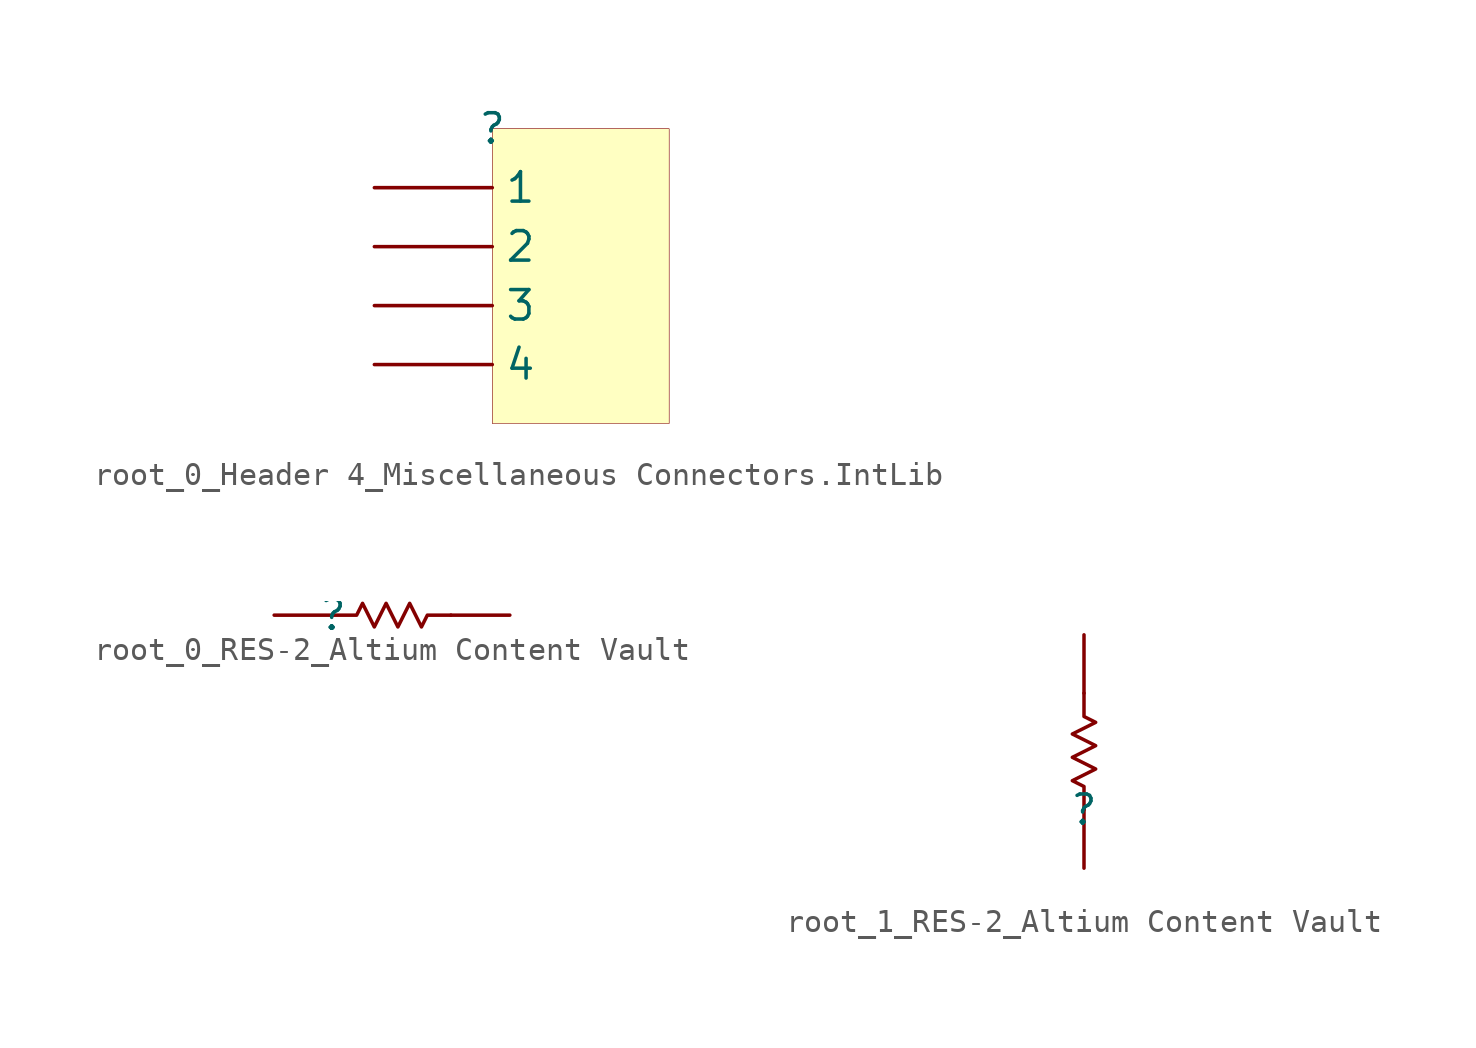
<source format=kicad_sym>
(kicad_symbol_lib
  (version 20241209)
  (generator "kicad_symbol_editor")
  (generator_version "9.0")
  (symbol "root_0_Header 4_Miscellaneous Connectors.IntLib"
    (pin_numbers
      (hide yes))
    (property "Reference" ""
      (at 0 0 0)
      (effects (font (size 1.27 1.27))))
    (property "Value" ""
      (at 0 0 0)
      (effects (font (size 1.27 1.27))))
    (symbol "root_0_Header 4_Miscellaneous Connectors.IntLib_1_0"
      (rectangle (start 7.62 0) (end 0 -12.7) (stroke (width 0.025) (type solid) (color 128 0 0 1)) (fill (type background)))
      (pin passive line (at -5.08 -2.54 0) (length 5.08) (name "1" (effects (font (size 1.27 1.27)))) (number "1" (effects (font (size 1.27 1.27)))))
      (pin passive line (at -5.08 -5.08 0) (length 5.08) (name "2" (effects (font (size 1.27 1.27)))) (number "2" (effects (font (size 1.27 1.27)))))
      (pin passive line (at -5.08 -7.62 0) (length 5.08) (name "3" (effects (font (size 1.27 1.27)))) (number "3" (effects (font (size 1.27 1.27)))))
      (pin passive line (at -5.08 -10.16 0) (length 5.08) (name "4" (effects (font (size 1.27 1.27)))) (number "4" (effects (font (size 1.27 1.27)))))))
  (symbol "root_0_RES-2_Altium Content Vault"
    (pin_numbers
      (hide yes))
    (pin_names
      (hide yes))
    (property "Reference" ""
      (at 0 0 0)
      (effects (font (size 1.27 1.27))))
    (property "Value" ""
      (at 0 0 0)
      (effects (font (size 1.27 1.27))))
    (symbol "root_0_RES-2_Altium Content Vault_1_0"
      (polyline (pts (xy 5.08 0) (xy 4.064 0) (xy 3.81 -0.508) (xy 3.302 0.508) (xy 2.794 -0.508) (xy 2.286 0.508) (xy 1.778 -0.508) (xy 1.27 0.508) (xy 1.016 0) (xy 0 0)) (stroke (width 0) (type solid)) (fill (type none)))
      (pin passive line (at -2.54 0 0) (length 2.54) (name "1" (effects (font (size 1.27 1.27)))) (number "1" (effects (font (size 1.27 1.27)))))
      (pin passive line (at 7.62 0 180) (length 2.54) (name "2" (effects (font (size 1.27 1.27)))) (number "2" (effects (font (size 1.27 1.27)))))))
  (symbol "root_1_RES-2_Altium Content Vault"
    (pin_numbers
      (hide yes))
    (pin_names
      (hide yes))
    (property "Reference" ""
      (at 0 0 0)
      (effects (font (size 1.27 1.27))))
    (property "Value" ""
      (at 0 0 0)
      (effects (font (size 1.27 1.27))))
    (symbol "root_1_RES-2_Altium Content Vault_1_0"
      (polyline (pts (xy 0 5.08) (xy 0 4.064) (xy 0.508 3.81) (xy -0.508 3.302) (xy 0.508 2.794) (xy -0.508 2.286) (xy 0.508 1.778) (xy -0.508 1.27) (xy 0 1.016) (xy 0 0)) (stroke (width 0) (type solid)) (fill (type none)))
      (pin passive line (at 0 7.62 270) (length 2.54) (name "2" (effects (font (size 1.27 1.27)))) (number "2" (effects (font (size 1.27 1.27)))))
      (pin passive line (at 0 -2.54 90) (length 2.54) (name "1" (effects (font (size 1.27 1.27)))) (number "1" (effects (font (size 1.27 1.27))))))))
</source>
